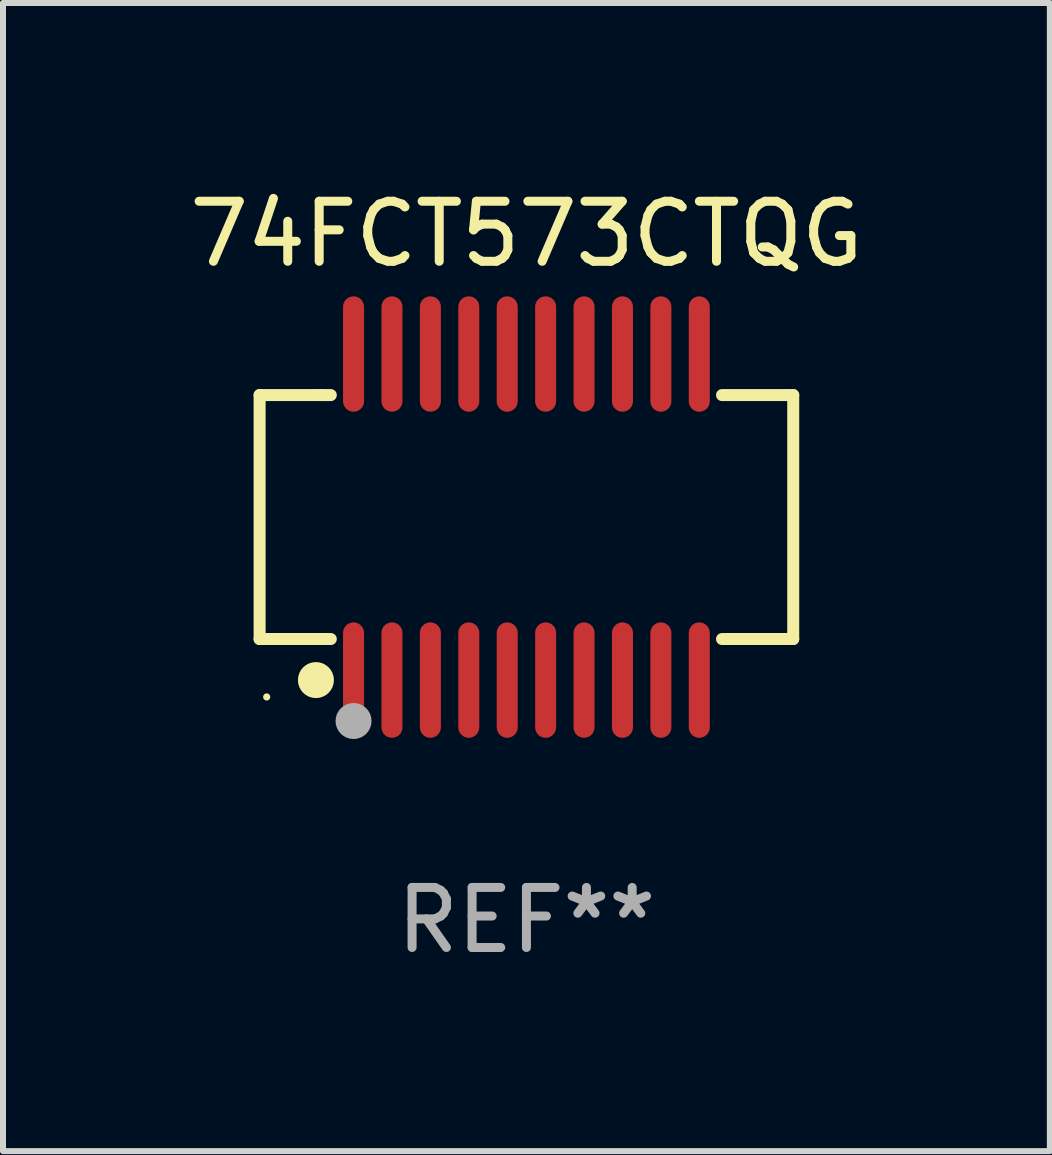
<source format=kicad_pcb>
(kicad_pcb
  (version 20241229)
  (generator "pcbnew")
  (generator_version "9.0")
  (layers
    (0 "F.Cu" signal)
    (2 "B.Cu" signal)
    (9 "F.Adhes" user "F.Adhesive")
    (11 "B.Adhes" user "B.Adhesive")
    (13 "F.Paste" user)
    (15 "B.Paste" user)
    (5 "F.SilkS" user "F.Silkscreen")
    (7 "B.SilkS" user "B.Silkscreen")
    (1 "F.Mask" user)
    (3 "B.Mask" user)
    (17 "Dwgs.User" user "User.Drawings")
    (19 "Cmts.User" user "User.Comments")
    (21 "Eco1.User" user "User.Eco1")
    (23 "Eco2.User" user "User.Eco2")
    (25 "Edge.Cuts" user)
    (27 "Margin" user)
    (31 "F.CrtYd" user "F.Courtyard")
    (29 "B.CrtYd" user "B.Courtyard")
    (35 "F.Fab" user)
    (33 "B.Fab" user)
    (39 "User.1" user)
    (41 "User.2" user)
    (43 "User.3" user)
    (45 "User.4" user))
  (footprint "74FCT573CTQG"
    (layer "F.Cu")
    (at 5.72 5.564)
    (property "Reference" "74FCT573CTQG" (at 0 -4.716 0) (layer "F.SilkS") (effects (font (size 1 1) (thickness 0.15))))
    (attr through_hole)
    (fp_line (start -4.445 -2.032) (end -4.445 2.032) (stroke (width 0.2) (type solid)) (layer "F.SilkS"))
    (fp_line (start -4.445 2.032) (end -3.259 2.032) (stroke (width 0.2) (type solid)) (layer "F.SilkS"))
    (fp_line (start -3.429 -2.032) (end -4.445 -2.032) (stroke (width 0.2) (type solid)) (layer "F.SilkS"))
    (fp_line (start -3.259 -2.032) (end -3.429 -2.032) (stroke (width 0.2) (type solid)) (layer "F.SilkS"))
    (fp_line (start 3.259 2.032) (end 4.445 2.032) (stroke (width 0.2) (type solid)) (layer "F.SilkS"))
    (fp_line (start 4.445 -2.032) (end 3.259 -2.032) (stroke (width 0.2) (type solid)) (layer "F.SilkS"))
    (fp_line (start 4.445 2.032) (end 4.445 -2.032) (stroke (width 0.2) (type solid)) (layer "F.SilkS"))
    (fp_circle (center -4.327 2.997) (end -4.297 2.997) (stroke (width 0.06) (type solid)) (fill no) (layer "F.SilkS"))
    (fp_circle (center -3.507 2.716) (end -3.357 2.716) (stroke (width 0.3) (type solid)) (fill no) (layer "F.SilkS"))
    (fp_circle (center -2.88 3.398) (end -2.73 3.398) (stroke (width 0.3) (type solid)) (fill no) (layer "F.Fab"))
    (fp_text user "REF**" (at 0 6.716 0) (layer "F.Fab") (effects (font (size 1 1) (thickness 0.15))))
    (pad "1" smd oval (at -2.88 2.716) (size 0.35 1.922) (layers "F.Cu" "F.Mask" "F.Paste"))
    (pad "2" smd oval (at -2.24 2.716) (size 0.35 1.922) (layers "F.Cu" "F.Mask" "F.Paste"))
    (pad "3" smd oval (at -1.6 2.716) (size 0.35 1.922) (layers "F.Cu" "F.Mask" "F.Paste"))
    (pad "4" smd oval (at -0.96 2.716) (size 0.35 1.922) (layers "F.Cu" "F.Mask" "F.Paste"))
    (pad "5" smd oval (at -0.32 2.716) (size 0.35 1.922) (layers "F.Cu" "F.Mask" "F.Paste"))
    (pad "6" smd oval (at 0.32 2.716) (size 0.35 1.922) (layers "F.Cu" "F.Mask" "F.Paste"))
    (pad "7" smd oval (at 0.96 2.716) (size 0.35 1.922) (layers "F.Cu" "F.Mask" "F.Paste"))
    (pad "8" smd oval (at 1.6 2.716) (size 0.35 1.922) (layers "F.Cu" "F.Mask" "F.Paste"))
    (pad "9" smd oval (at 2.24 2.716) (size 0.35 1.922) (layers "F.Cu" "F.Mask" "F.Paste"))
    (pad "10" smd oval (at 2.88 2.716) (size 0.35 1.922) (layers "F.Cu" "F.Mask" "F.Paste"))
    (pad "11" smd oval (at 2.88 -2.716) (size 0.35 1.922) (layers "F.Cu" "F.Mask" "F.Paste"))
    (pad "12" smd oval (at 2.24 -2.716) (size 0.35 1.922) (layers "F.Cu" "F.Mask" "F.Paste"))
    (pad "13" smd oval (at 1.6 -2.716) (size 0.35 1.922) (layers "F.Cu" "F.Mask" "F.Paste"))
    (pad "14" smd oval (at 0.96 -2.716) (size 0.35 1.922) (layers "F.Cu" "F.Mask" "F.Paste"))
    (pad "15" smd oval (at 0.32 -2.716) (size 0.35 1.922) (layers "F.Cu" "F.Mask" "F.Paste"))
    (pad "16" smd oval (at -0.32 -2.716) (size 0.35 1.922) (layers "F.Cu" "F.Mask" "F.Paste"))
    (pad "17" smd oval (at -0.96 -2.716) (size 0.35 1.922) (layers "F.Cu" "F.Mask" "F.Paste"))
    (pad "18" smd oval (at -1.6 -2.716) (size 0.35 1.922) (layers "F.Cu" "F.Mask" "F.Paste"))
    (pad "19" smd oval (at -2.24 -2.716) (size 0.35 1.922) (layers "F.Cu" "F.Mask" "F.Paste"))
    (pad "20" smd oval (at -2.88 -2.716) (size 0.35 1.922) (layers "F.Cu" "F.Mask" "F.Paste")))
  (gr_rect
    (start -3 -3)
    (end 14.44 16.128)
    (stroke (width 0.1) (type default))
    (fill no)
    (layer "Edge.Cuts")))
</source>
